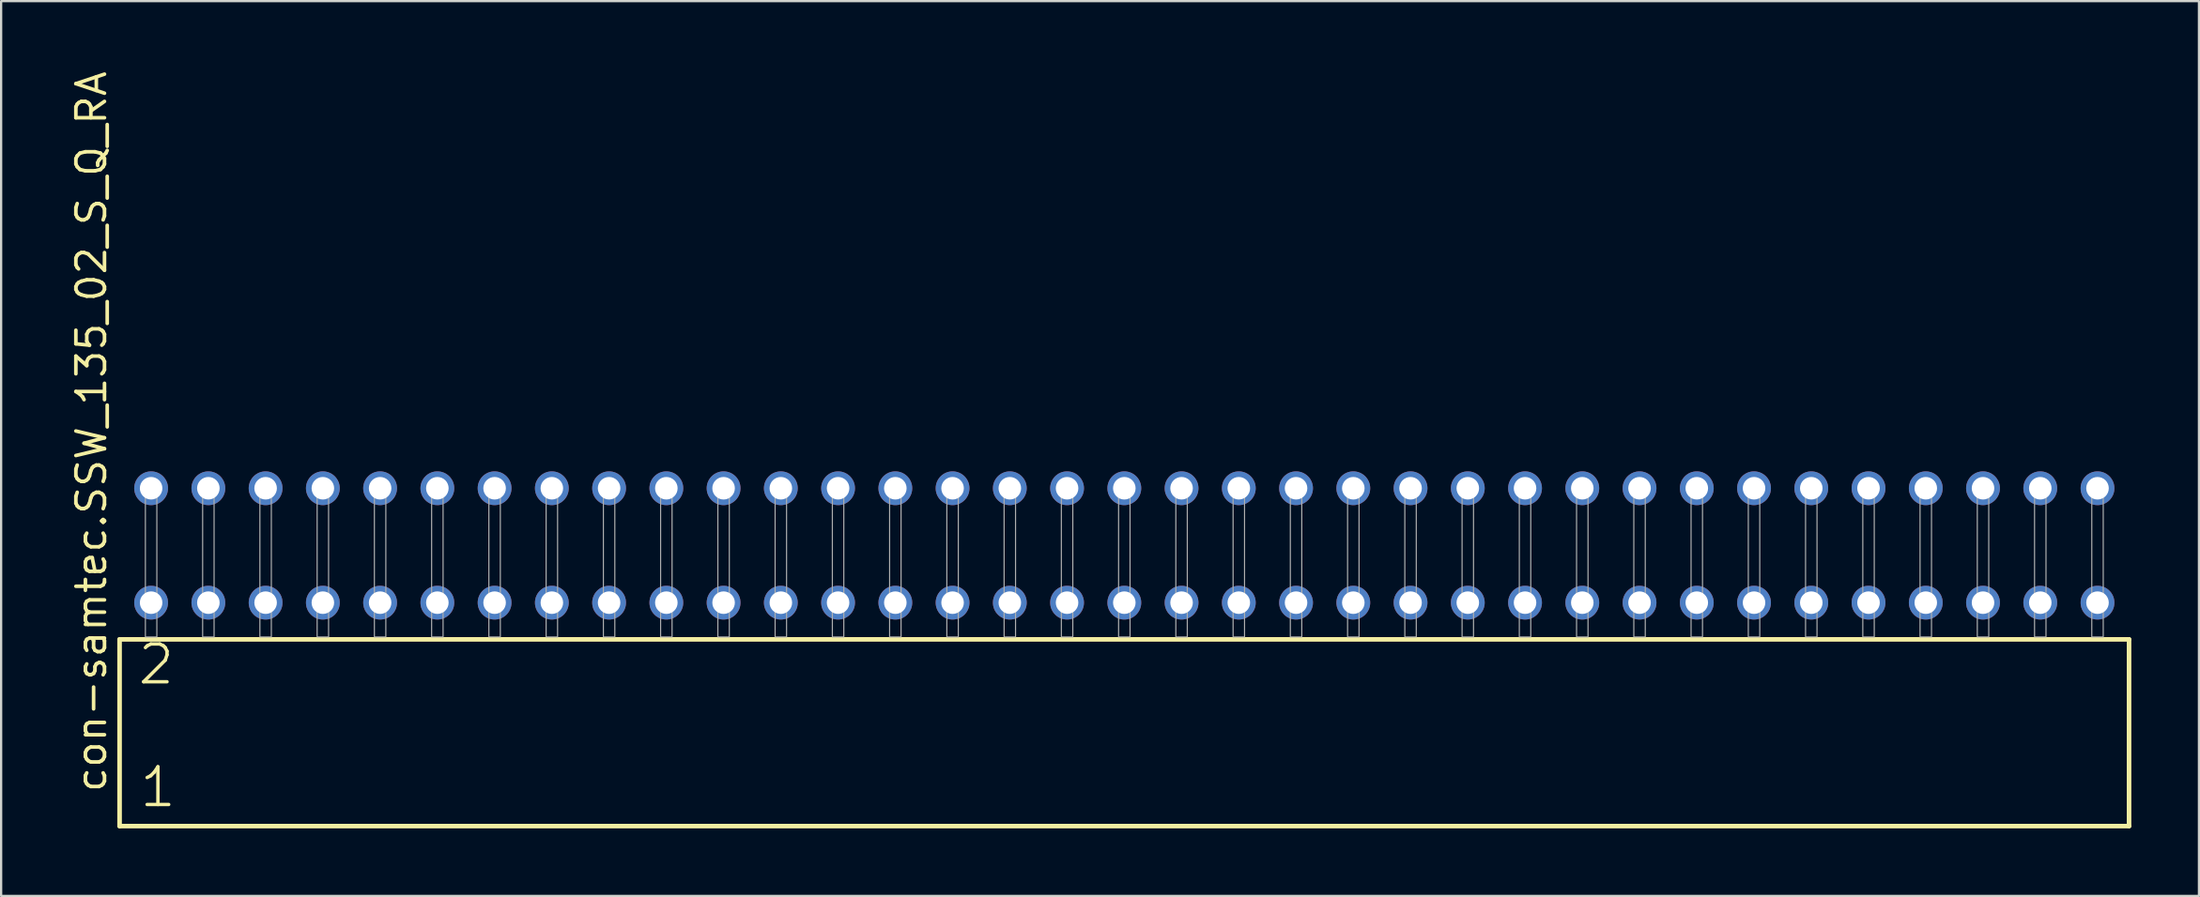
<source format=kicad_pcb>
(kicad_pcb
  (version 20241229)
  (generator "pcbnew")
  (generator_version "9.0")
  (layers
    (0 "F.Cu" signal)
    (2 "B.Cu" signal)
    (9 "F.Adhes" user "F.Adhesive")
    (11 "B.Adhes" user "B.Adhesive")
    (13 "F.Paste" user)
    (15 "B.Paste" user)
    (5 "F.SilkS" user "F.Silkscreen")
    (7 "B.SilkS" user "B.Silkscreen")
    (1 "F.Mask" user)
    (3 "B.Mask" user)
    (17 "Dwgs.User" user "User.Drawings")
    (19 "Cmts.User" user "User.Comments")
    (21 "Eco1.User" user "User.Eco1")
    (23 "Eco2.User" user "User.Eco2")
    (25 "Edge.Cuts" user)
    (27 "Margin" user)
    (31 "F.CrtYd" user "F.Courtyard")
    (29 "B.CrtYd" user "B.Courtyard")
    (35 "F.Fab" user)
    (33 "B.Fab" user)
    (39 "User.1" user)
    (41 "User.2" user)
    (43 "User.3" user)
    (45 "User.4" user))
  (footprint "con-samtec.SSW_135_02_S_Q_RA"
    (layer "F.Cu")
    (at 46.835 25.233)
    (property "Reference" "con-samtec.SSW_135_02_S_Q_RA" (at -45.085 6.985 90) (layer "F.SilkS") (effects (font (size 1.27 1.27) (thickness 0.16)) (justify left bottom)))
    (attr through_hole)
    (fp_line (start -44.579 0.106) (end -44.579 8.396) (stroke (width 0.203) (type default)) (layer "F.SilkS"))
    (fp_line (start -44.579 8.396) (end 44.579 8.396) (stroke (width 0.203) (type default)) (layer "F.SilkS"))
    (fp_line (start 44.579 0.106) (end -44.579 0.106) (stroke (width 0.203) (type default)) (layer "F.SilkS"))
    (fp_line (start 44.579 8.396) (end 44.579 0.106) (stroke (width 0.203) (type default)) (layer "F.SilkS"))
    (fp_rect (start -43.434 0) (end -42.926 -6.858) (stroke (width 0.05) (type default)) (fill no) (layer "F.Fab"))
    (fp_rect (start -40.894 0) (end -40.386 -6.858) (stroke (width 0.05) (type default)) (fill no) (layer "F.Fab"))
    (fp_rect (start -38.354 0) (end -37.846 -6.858) (stroke (width 0.05) (type default)) (fill no) (layer "F.Fab"))
    (fp_rect (start -35.814 0) (end -35.306 -6.858) (stroke (width 0.05) (type default)) (fill no) (layer "F.Fab"))
    (fp_rect (start -33.274 0) (end -32.766 -6.858) (stroke (width 0.05) (type default)) (fill no) (layer "F.Fab"))
    (fp_rect (start -30.734 0) (end -30.226 -6.858) (stroke (width 0.05) (type default)) (fill no) (layer "F.Fab"))
    (fp_rect (start -28.194 0) (end -27.686 -6.858) (stroke (width 0.05) (type default)) (fill no) (layer "F.Fab"))
    (fp_rect (start -25.654 0) (end -25.146 -6.858) (stroke (width 0.05) (type default)) (fill no) (layer "F.Fab"))
    (fp_rect (start -23.114 0) (end -22.606 -6.858) (stroke (width 0.05) (type default)) (fill no) (layer "F.Fab"))
    (fp_rect (start -20.574 0) (end -20.066 -6.858) (stroke (width 0.05) (type default)) (fill no) (layer "F.Fab"))
    (fp_rect (start -18.034 0) (end -17.526 -6.858) (stroke (width 0.05) (type default)) (fill no) (layer "F.Fab"))
    (fp_rect (start -15.494 0) (end -14.986 -6.858) (stroke (width 0.05) (type default)) (fill no) (layer "F.Fab"))
    (fp_rect (start -12.954 0) (end -12.446 -6.858) (stroke (width 0.05) (type default)) (fill no) (layer "F.Fab"))
    (fp_rect (start -10.414 0) (end -9.906 -6.858) (stroke (width 0.05) (type default)) (fill no) (layer "F.Fab"))
    (fp_rect (start -7.874 0) (end -7.366 -6.858) (stroke (width 0.05) (type default)) (fill no) (layer "F.Fab"))
    (fp_rect (start -5.334 0) (end -4.826 -6.858) (stroke (width 0.05) (type default)) (fill no) (layer "F.Fab"))
    (fp_rect (start -2.794 0) (end -2.286 -6.858) (stroke (width 0.05) (type default)) (fill no) (layer "F.Fab"))
    (fp_rect (start -0.254 0) (end 0.254 -6.858) (stroke (width 0.05) (type default)) (fill no) (layer "F.Fab"))
    (fp_rect (start 2.286 0) (end 2.794 -6.858) (stroke (width 0.05) (type default)) (fill no) (layer "F.Fab"))
    (fp_rect (start 4.826 0) (end 5.334 -6.858) (stroke (width 0.05) (type default)) (fill no) (layer "F.Fab"))
    (fp_rect (start 7.366 0) (end 7.874 -6.858) (stroke (width 0.05) (type default)) (fill no) (layer "F.Fab"))
    (fp_rect (start 9.906 0) (end 10.414 -6.858) (stroke (width 0.05) (type default)) (fill no) (layer "F.Fab"))
    (fp_rect (start 12.446 0) (end 12.954 -6.858) (stroke (width 0.05) (type default)) (fill no) (layer "F.Fab"))
    (fp_rect (start 14.986 0) (end 15.494 -6.858) (stroke (width 0.05) (type default)) (fill no) (layer "F.Fab"))
    (fp_rect (start 17.526 0) (end 18.034 -6.858) (stroke (width 0.05) (type default)) (fill no) (layer "F.Fab"))
    (fp_rect (start 20.066 0) (end 20.574 -6.858) (stroke (width 0.05) (type default)) (fill no) (layer "F.Fab"))
    (fp_rect (start 22.606 0) (end 23.114 -6.858) (stroke (width 0.05) (type default)) (fill no) (layer "F.Fab"))
    (fp_rect (start 25.146 0) (end 25.654 -6.858) (stroke (width 0.05) (type default)) (fill no) (layer "F.Fab"))
    (fp_rect (start 27.686 0) (end 28.194 -6.858) (stroke (width 0.05) (type default)) (fill no) (layer "F.Fab"))
    (fp_rect (start 30.226 0) (end 30.734 -6.858) (stroke (width 0.05) (type default)) (fill no) (layer "F.Fab"))
    (fp_rect (start 32.766 0) (end 33.274 -6.858) (stroke (width 0.05) (type default)) (fill no) (layer "F.Fab"))
    (fp_rect (start 35.306 0) (end 35.814 -6.858) (stroke (width 0.05) (type default)) (fill no) (layer "F.Fab"))
    (fp_rect (start 37.846 0) (end 38.354 -6.858) (stroke (width 0.05) (type default)) (fill no) (layer "F.Fab"))
    (fp_rect (start 40.386 0) (end 40.894 -6.858) (stroke (width 0.05) (type default)) (fill no) (layer "F.Fab"))
    (fp_rect (start 42.926 0) (end 43.434 -6.858) (stroke (width 0.05) (type default)) (fill no) (layer "F.Fab"))
    (fp_text user "1" (at -43.775 7.65 0) (layer "F.SilkS") (effects (font (size 1.676 1.676) (thickness 0.15)) (justify left bottom)))
    (fp_text user "2" (at -43.85 2.2 0) (layer "F.SilkS") (effects (font (size 1.676 1.676) (thickness 0.15)) (justify left bottom)))
    (pad "1" thru_hole circle (at -43.18 -1.524) (size 1.5 1.5) (drill 1) (layers "*.Cu" "*.Mask"))
    (pad "2" thru_hole circle (at -43.18 -6.604) (size 1.5 1.5) (drill 1) (layers "*.Cu" "*.Mask"))
    (pad "3" thru_hole circle (at -40.64 -1.524) (size 1.5 1.5) (drill 1) (layers "*.Cu" "*.Mask"))
    (pad "4" thru_hole circle (at -40.64 -6.604) (size 1.5 1.5) (drill 1) (layers "*.Cu" "*.Mask"))
    (pad "5" thru_hole circle (at -38.1 -1.524) (size 1.5 1.5) (drill 1) (layers "*.Cu" "*.Mask"))
    (pad "6" thru_hole circle (at -38.1 -6.604) (size 1.5 1.5) (drill 1) (layers "*.Cu" "*.Mask"))
    (pad "7" thru_hole circle (at -35.56 -1.524) (size 1.5 1.5) (drill 1) (layers "*.Cu" "*.Mask"))
    (pad "8" thru_hole circle (at -35.56 -6.604) (size 1.5 1.5) (drill 1) (layers "*.Cu" "*.Mask"))
    (pad "9" thru_hole circle (at -33.02 -1.524) (size 1.5 1.5) (drill 1) (layers "*.Cu" "*.Mask"))
    (pad "10" thru_hole circle (at -33.02 -6.604) (size 1.5 1.5) (drill 1) (layers "*.Cu" "*.Mask"))
    (pad "11" thru_hole circle (at -30.48 -1.524) (size 1.5 1.5) (drill 1) (layers "*.Cu" "*.Mask"))
    (pad "12" thru_hole circle (at -30.48 -6.604) (size 1.5 1.5) (drill 1) (layers "*.Cu" "*.Mask"))
    (pad "13" thru_hole circle (at -27.94 -1.524) (size 1.5 1.5) (drill 1) (layers "*.Cu" "*.Mask"))
    (pad "14" thru_hole circle (at -27.94 -6.604) (size 1.5 1.5) (drill 1) (layers "*.Cu" "*.Mask"))
    (pad "15" thru_hole circle (at -25.4 -1.524) (size 1.5 1.5) (drill 1) (layers "*.Cu" "*.Mask"))
    (pad "16" thru_hole circle (at -25.4 -6.604) (size 1.5 1.5) (drill 1) (layers "*.Cu" "*.Mask"))
    (pad "17" thru_hole circle (at -22.86 -1.524) (size 1.5 1.5) (drill 1) (layers "*.Cu" "*.Mask"))
    (pad "18" thru_hole circle (at -22.86 -6.604) (size 1.5 1.5) (drill 1) (layers "*.Cu" "*.Mask"))
    (pad "19" thru_hole circle (at -20.32 -1.524) (size 1.5 1.5) (drill 1) (layers "*.Cu" "*.Mask"))
    (pad "20" thru_hole circle (at -20.32 -6.604) (size 1.5 1.5) (drill 1) (layers "*.Cu" "*.Mask"))
    (pad "21" thru_hole circle (at -17.78 -1.524) (size 1.5 1.5) (drill 1) (layers "*.Cu" "*.Mask"))
    (pad "22" thru_hole circle (at -17.78 -6.604) (size 1.5 1.5) (drill 1) (layers "*.Cu" "*.Mask"))
    (pad "23" thru_hole circle (at -15.24 -1.524) (size 1.5 1.5) (drill 1) (layers "*.Cu" "*.Mask"))
    (pad "24" thru_hole circle (at -15.24 -6.604) (size 1.5 1.5) (drill 1) (layers "*.Cu" "*.Mask"))
    (pad "25" thru_hole circle (at -12.7 -1.524) (size 1.5 1.5) (drill 1) (layers "*.Cu" "*.Mask"))
    (pad "26" thru_hole circle (at -12.7 -6.604) (size 1.5 1.5) (drill 1) (layers "*.Cu" "*.Mask"))
    (pad "27" thru_hole circle (at -10.16 -1.524) (size 1.5 1.5) (drill 1) (layers "*.Cu" "*.Mask"))
    (pad "28" thru_hole circle (at -10.16 -6.604) (size 1.5 1.5) (drill 1) (layers "*.Cu" "*.Mask"))
    (pad "29" thru_hole circle (at -7.62 -1.524) (size 1.5 1.5) (drill 1) (layers "*.Cu" "*.Mask"))
    (pad "30" thru_hole circle (at -7.62 -6.604) (size 1.5 1.5) (drill 1) (layers "*.Cu" "*.Mask"))
    (pad "31" thru_hole circle (at -5.08 -1.524) (size 1.5 1.5) (drill 1) (layers "*.Cu" "*.Mask"))
    (pad "32" thru_hole circle (at -5.08 -6.604) (size 1.5 1.5) (drill 1) (layers "*.Cu" "*.Mask"))
    (pad "33" thru_hole circle (at -2.54 -1.524) (size 1.5 1.5) (drill 1) (layers "*.Cu" "*.Mask"))
    (pad "34" thru_hole circle (at -2.54 -6.604) (size 1.5 1.5) (drill 1) (layers "*.Cu" "*.Mask"))
    (pad "35" thru_hole circle (at 0 -1.524) (size 1.5 1.5) (drill 1) (layers "*.Cu" "*.Mask"))
    (pad "36" thru_hole circle (at 0 -6.604) (size 1.5 1.5) (drill 1) (layers "*.Cu" "*.Mask"))
    (pad "37" thru_hole circle (at 2.54 -1.524) (size 1.5 1.5) (drill 1) (layers "*.Cu" "*.Mask"))
    (pad "38" thru_hole circle (at 2.54 -6.604) (size 1.5 1.5) (drill 1) (layers "*.Cu" "*.Mask"))
    (pad "39" thru_hole circle (at 5.08 -1.524) (size 1.5 1.5) (drill 1) (layers "*.Cu" "*.Mask"))
    (pad "40" thru_hole circle (at 5.08 -6.604) (size 1.5 1.5) (drill 1) (layers "*.Cu" "*.Mask"))
    (pad "41" thru_hole circle (at 7.62 -1.524) (size 1.5 1.5) (drill 1) (layers "*.Cu" "*.Mask"))
    (pad "42" thru_hole circle (at 7.62 -6.604) (size 1.5 1.5) (drill 1) (layers "*.Cu" "*.Mask"))
    (pad "43" thru_hole circle (at 10.16 -1.524) (size 1.5 1.5) (drill 1) (layers "*.Cu" "*.Mask"))
    (pad "44" thru_hole circle (at 10.16 -6.604) (size 1.5 1.5) (drill 1) (layers "*.Cu" "*.Mask"))
    (pad "45" thru_hole circle (at 12.7 -1.524) (size 1.5 1.5) (drill 1) (layers "*.Cu" "*.Mask"))
    (pad "46" thru_hole circle (at 12.7 -6.604) (size 1.5 1.5) (drill 1) (layers "*.Cu" "*.Mask"))
    (pad "47" thru_hole circle (at 15.24 -1.524) (size 1.5 1.5) (drill 1) (layers "*.Cu" "*.Mask"))
    (pad "48" thru_hole circle (at 15.24 -6.604) (size 1.5 1.5) (drill 1) (layers "*.Cu" "*.Mask"))
    (pad "49" thru_hole circle (at 17.78 -1.524) (size 1.5 1.5) (drill 1) (layers "*.Cu" "*.Mask"))
    (pad "50" thru_hole circle (at 17.78 -6.604) (size 1.5 1.5) (drill 1) (layers "*.Cu" "*.Mask"))
    (pad "51" thru_hole circle (at 20.32 -1.524) (size 1.5 1.5) (drill 1) (layers "*.Cu" "*.Mask"))
    (pad "52" thru_hole circle (at 20.32 -6.604) (size 1.5 1.5) (drill 1) (layers "*.Cu" "*.Mask"))
    (pad "53" thru_hole circle (at 22.86 -1.524) (size 1.5 1.5) (drill 1) (layers "*.Cu" "*.Mask"))
    (pad "54" thru_hole circle (at 22.86 -6.604) (size 1.5 1.5) (drill 1) (layers "*.Cu" "*.Mask"))
    (pad "55" thru_hole circle (at 25.4 -1.524) (size 1.5 1.5) (drill 1) (layers "*.Cu" "*.Mask"))
    (pad "56" thru_hole circle (at 25.4 -6.604) (size 1.5 1.5) (drill 1) (layers "*.Cu" "*.Mask"))
    (pad "57" thru_hole circle (at 27.94 -1.524) (size 1.5 1.5) (drill 1) (layers "*.Cu" "*.Mask"))
    (pad "58" thru_hole circle (at 27.94 -6.604) (size 1.5 1.5) (drill 1) (layers "*.Cu" "*.Mask"))
    (pad "59" thru_hole circle (at 30.48 -1.524) (size 1.5 1.5) (drill 1) (layers "*.Cu" "*.Mask"))
    (pad "60" thru_hole circle (at 30.48 -6.604) (size 1.5 1.5) (drill 1) (layers "*.Cu" "*.Mask"))
    (pad "61" thru_hole circle (at 33.02 -1.524) (size 1.5 1.5) (drill 1) (layers "*.Cu" "*.Mask"))
    (pad "62" thru_hole circle (at 33.02 -6.604) (size 1.5 1.5) (drill 1) (layers "*.Cu" "*.Mask"))
    (pad "63" thru_hole circle (at 35.56 -1.524) (size 1.5 1.5) (drill 1) (layers "*.Cu" "*.Mask"))
    (pad "64" thru_hole circle (at 35.56 -6.604) (size 1.5 1.5) (drill 1) (layers "*.Cu" "*.Mask"))
    (pad "65" thru_hole circle (at 38.1 -1.524) (size 1.5 1.5) (drill 1) (layers "*.Cu" "*.Mask"))
    (pad "66" thru_hole circle (at 38.1 -6.604) (size 1.5 1.5) (drill 1) (layers "*.Cu" "*.Mask"))
    (pad "67" thru_hole circle (at 40.64 -1.524) (size 1.5 1.5) (drill 1) (layers "*.Cu" "*.Mask"))
    (pad "68" thru_hole circle (at 40.64 -6.604) (size 1.5 1.5) (drill 1) (layers "*.Cu" "*.Mask"))
    (pad "69" thru_hole circle (at 43.18 -1.524) (size 1.5 1.5) (drill 1) (layers "*.Cu" "*.Mask"))
    (pad "70" thru_hole circle (at 43.18 -6.604) (size 1.5 1.5) (drill 1) (layers "*.Cu" "*.Mask")))
  (gr_rect
    (start -3 -3)
    (end 94.516 36.731)
    (stroke (width 0.1) (type default))
    (fill no)
    (layer "Edge.Cuts")))
</source>
